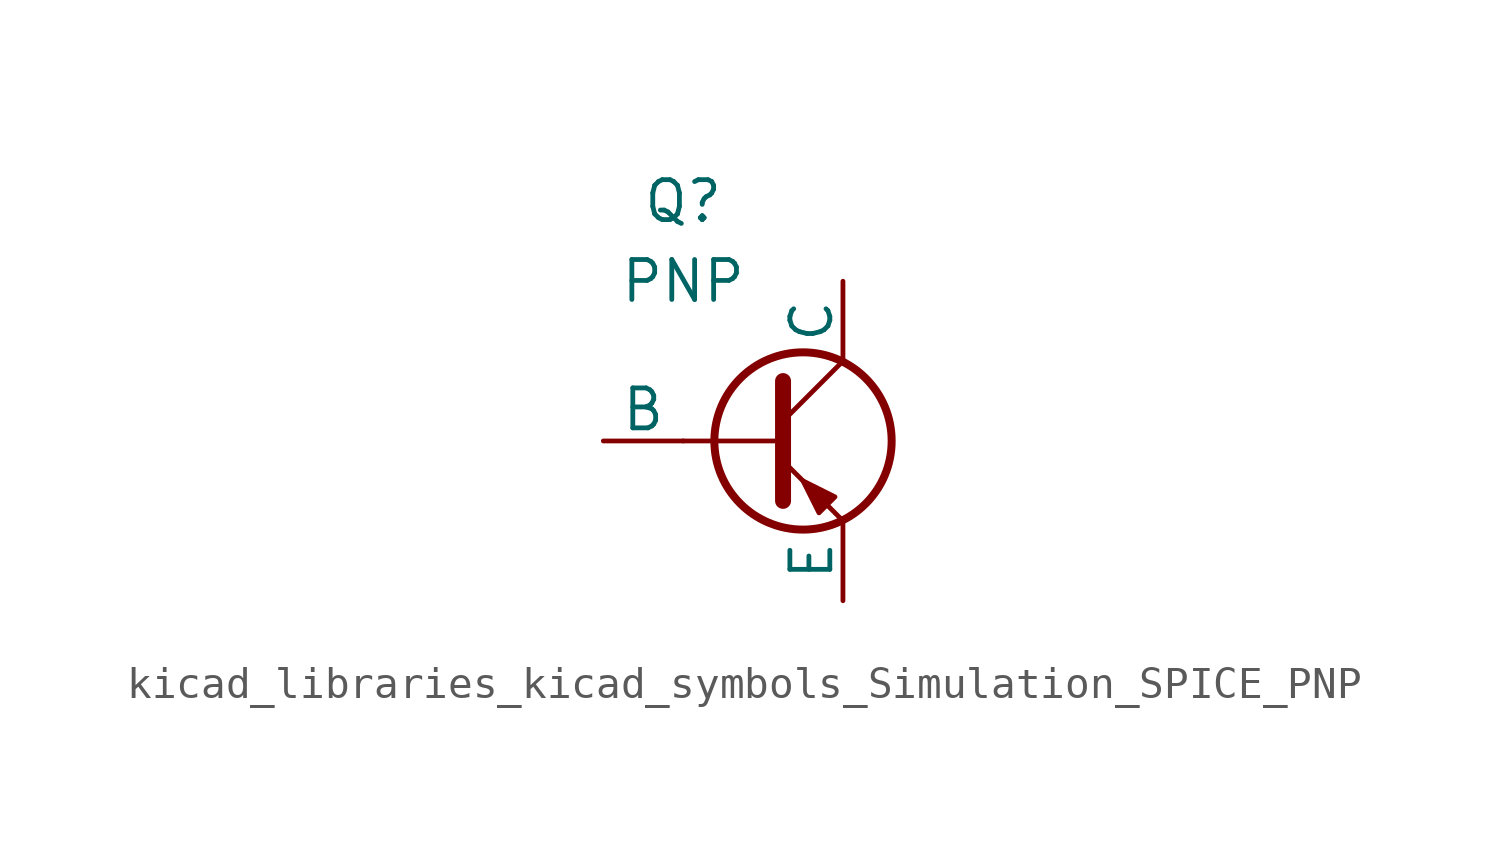
<source format=kicad_sym>
(kicad_symbol_lib
  (version 20220914)
  (generator kicad_symbol_editor)
  (symbol "kicad_libraries_kicad_symbols_Simulation_SPICE_PNP"
    (pin_numbers hide)
    (pin_names
      (offset 0))
    (property "Reference" "Q"
      (at -2.54 7.62 0)
      (effects (font (size 1.27 1.27))))
    (property "Value" "PNP"
      (at -2.54 5.08 0)
      (effects (font (size 1.27 1.27))))
    (symbol "kicad_libraries_kicad_symbols_Simulation_SPICE_PNP_0_1"
      (polyline (pts (xy -2.54 0) (xy 0.635 0)) (stroke (width 0.152) (type default)) (fill (type none)))
      (polyline (pts (xy 0.635 0.635) (xy 2.54 2.54)) (stroke (width 0) (type default)) (fill (type none)))
      (polyline (pts (xy 0.635 -0.635) (xy 2.54 -2.54) (xy 2.54 -2.54)) (stroke (width 0) (type default)) (fill (type none)))
      (polyline (pts (xy 0.635 1.905) (xy 0.635 -1.905) (xy 0.635 -1.905)) (stroke (width 0.508) (type default)) (fill (type none)))
      (polyline (pts (xy 2.286 -1.778) (xy 1.778 -2.286) (xy 1.27 -1.27) (xy 2.286 -1.778) (xy 2.286 -1.778)) (stroke (width 0) (type default)) (fill (type outline)))
      (circle (center 1.27 0) (radius 2.819) (stroke (width 0.254) (type default)) (fill (type none))))
    (symbol "kicad_libraries_kicad_symbols_Simulation_SPICE_PNP_1_1"
      (pin open_collector line (at 2.54 5.08 270) (length 2.54) (name "C" (effects (font (size 1.27 1.27)))) (number "1" (effects (font (size 1.27 1.27)))))
      (pin input line (at -5.08 0 0) (length 2.54) (name "B" (effects (font (size 1.27 1.27)))) (number "2" (effects (font (size 1.27 1.27)))))
      (pin open_emitter line (at 2.54 -5.08 90) (length 2.54) (name "E" (effects (font (size 1.27 1.27)))) (number "3" (effects (font (size 1.27 1.27))))))))
</source>
